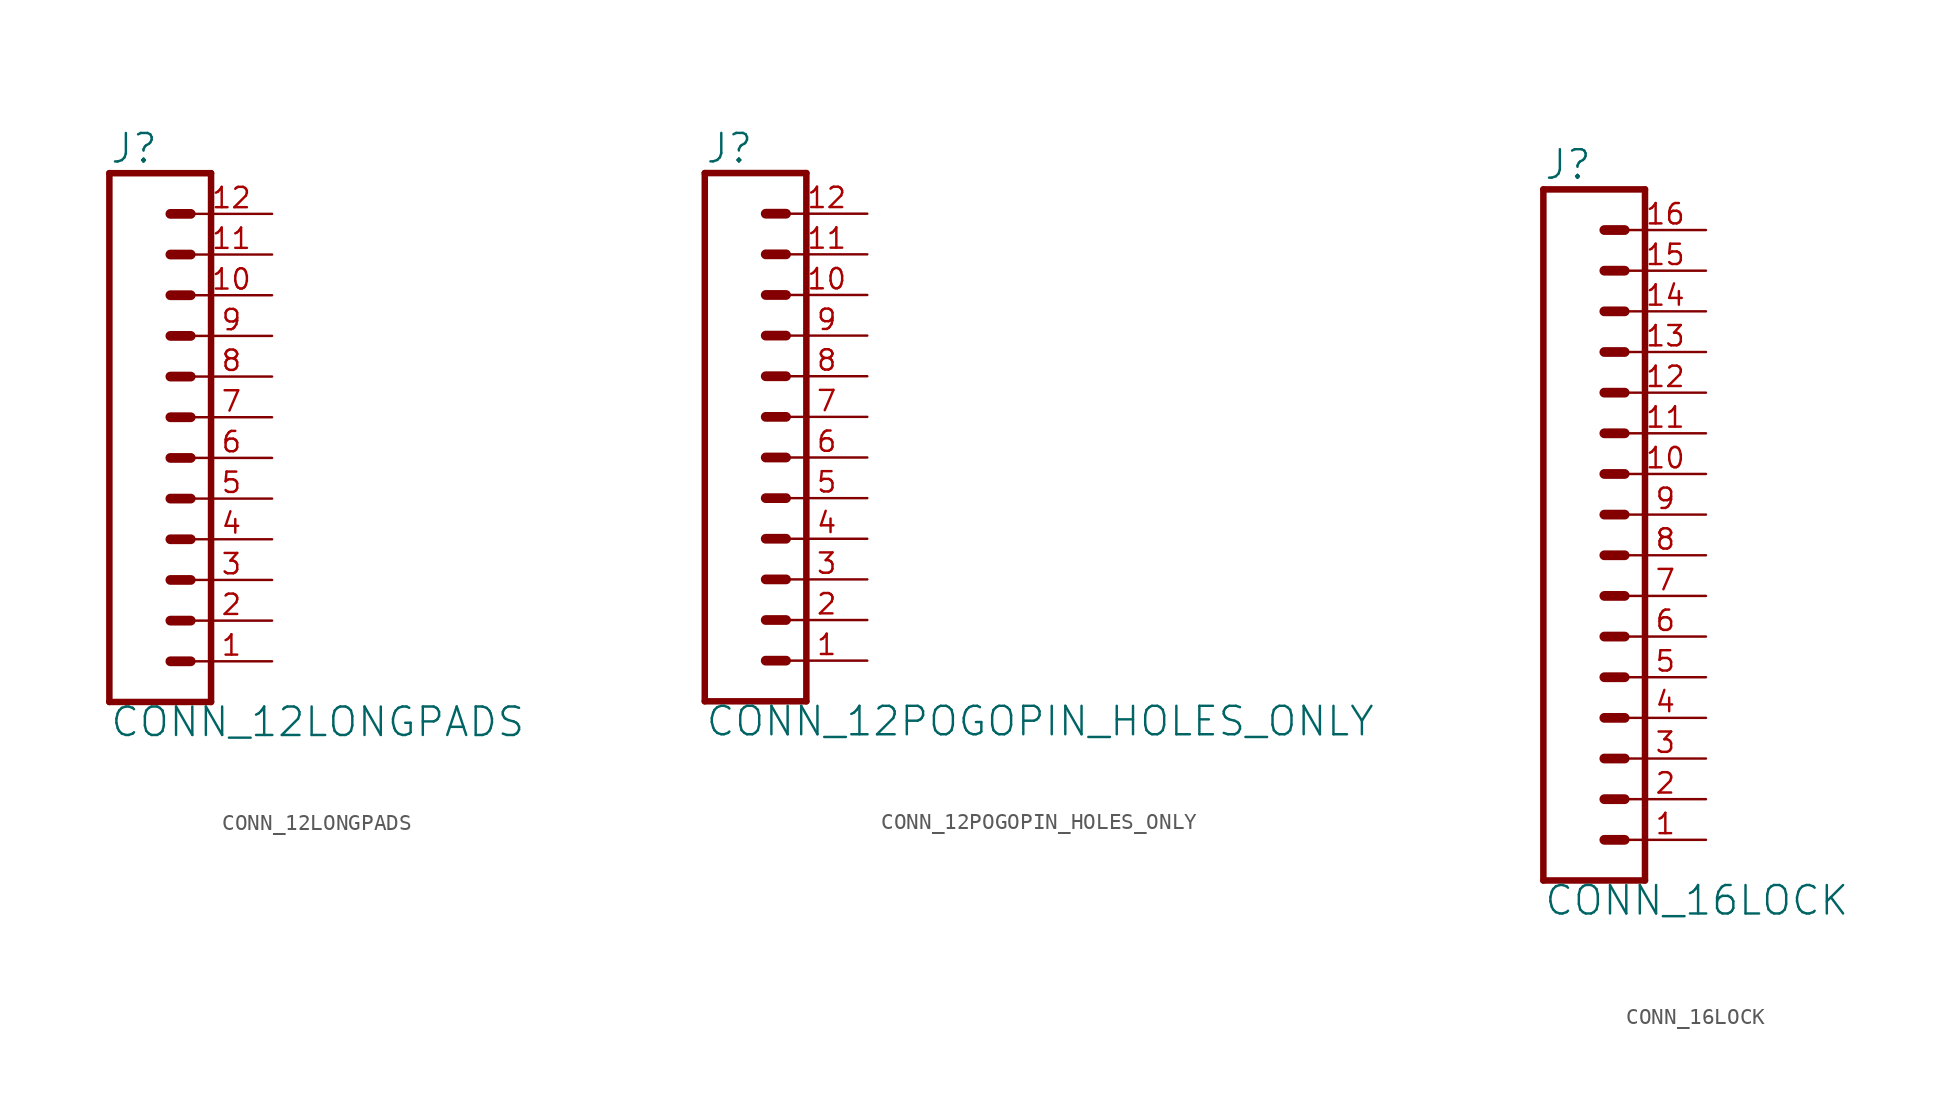
<source format=kicad_sym>
(kicad_symbol_lib
  (version 20220331)
  (generator kicad_symbol_editor)
  (symbol "CONN_12LONGPADS"
    (property "Reference" "J"
      (at 0 15.748 0)
      (effects (font (size 1.778 1.778)) (justify left bottom)))
    (property "Value" "CONN_12LONGPADS"
      (at 0 -20.066 0)
      (effects (font (size 1.778 1.778)) (justify left bottom)))
    (property "ki_locked" ""
      (at 0 0 0)
      (effects (font (size 1.27 1.27))))
    (symbol "CONN_12LONGPADS_1_0"
      (polyline (pts (xy 0 15.24) (xy 0 -17.78)) (stroke (width 0.406) (type solid)) (fill (type none)))
      (polyline (pts (xy 0 15.24) (xy 6.35 15.24)) (stroke (width 0.406) (type solid)) (fill (type none)))
      (polyline (pts (xy 3.81 -15.24) (xy 5.08 -15.24)) (stroke (width 0.61) (type solid)) (fill (type none)))
      (polyline (pts (xy 3.81 -12.7) (xy 5.08 -12.7)) (stroke (width 0.61) (type solid)) (fill (type none)))
      (polyline (pts (xy 3.81 -10.16) (xy 5.08 -10.16)) (stroke (width 0.61) (type solid)) (fill (type none)))
      (polyline (pts (xy 3.81 -7.62) (xy 5.08 -7.62)) (stroke (width 0.61) (type solid)) (fill (type none)))
      (polyline (pts (xy 3.81 -5.08) (xy 5.08 -5.08)) (stroke (width 0.61) (type solid)) (fill (type none)))
      (polyline (pts (xy 3.81 -2.54) (xy 5.08 -2.54)) (stroke (width 0.61) (type solid)) (fill (type none)))
      (polyline (pts (xy 3.81 0) (xy 5.08 0)) (stroke (width 0.61) (type solid)) (fill (type none)))
      (polyline (pts (xy 3.81 2.54) (xy 5.08 2.54)) (stroke (width 0.61) (type solid)) (fill (type none)))
      (polyline (pts (xy 3.81 5.08) (xy 5.08 5.08)) (stroke (width 0.61) (type solid)) (fill (type none)))
      (polyline (pts (xy 3.81 7.62) (xy 5.08 7.62)) (stroke (width 0.61) (type solid)) (fill (type none)))
      (polyline (pts (xy 3.81 10.16) (xy 5.08 10.16)) (stroke (width 0.61) (type solid)) (fill (type none)))
      (polyline (pts (xy 3.81 12.7) (xy 5.08 12.7)) (stroke (width 0.61) (type solid)) (fill (type none)))
      (polyline (pts (xy 6.35 -17.78) (xy 0 -17.78)) (stroke (width 0.406) (type solid)) (fill (type none)))
      (polyline (pts (xy 6.35 -17.78) (xy 6.35 15.24)) (stroke (width 0.406) (type solid)) (fill (type none)))
      (pin passive line (at 10.16 -15.24 180) (length 5.08) (name "1" (effects (font (size 0 0)))) (number "1" (effects (font (size 1.27 1.27)))))
      (pin passive line (at 10.16 7.62 180) (length 5.08) (name "10" (effects (font (size 0 0)))) (number "10" (effects (font (size 1.27 1.27)))))
      (pin passive line (at 10.16 10.16 180) (length 5.08) (name "11" (effects (font (size 0 0)))) (number "11" (effects (font (size 1.27 1.27)))))
      (pin passive line (at 10.16 12.7 180) (length 5.08) (name "12" (effects (font (size 0 0)))) (number "12" (effects (font (size 1.27 1.27)))))
      (pin passive line (at 10.16 -12.7 180) (length 5.08) (name "2" (effects (font (size 0 0)))) (number "2" (effects (font (size 1.27 1.27)))))
      (pin passive line (at 10.16 -10.16 180) (length 5.08) (name "3" (effects (font (size 0 0)))) (number "3" (effects (font (size 1.27 1.27)))))
      (pin passive line (at 10.16 -7.62 180) (length 5.08) (name "4" (effects (font (size 0 0)))) (number "4" (effects (font (size 1.27 1.27)))))
      (pin passive line (at 10.16 -5.08 180) (length 5.08) (name "5" (effects (font (size 0 0)))) (number "5" (effects (font (size 1.27 1.27)))))
      (pin passive line (at 10.16 -2.54 180) (length 5.08) (name "6" (effects (font (size 0 0)))) (number "6" (effects (font (size 1.27 1.27)))))
      (pin passive line (at 10.16 0 180) (length 5.08) (name "7" (effects (font (size 0 0)))) (number "7" (effects (font (size 1.27 1.27)))))
      (pin passive line (at 10.16 2.54 180) (length 5.08) (name "8" (effects (font (size 0 0)))) (number "8" (effects (font (size 1.27 1.27)))))
      (pin passive line (at 10.16 5.08 180) (length 5.08) (name "9" (effects (font (size 0 0)))) (number "9" (effects (font (size 1.27 1.27)))))))
  (symbol "CONN_12POGOPIN_HOLES_ONLY"
    (property "Reference" "J"
      (at 0 15.748 0)
      (effects (font (size 1.778 1.778)) (justify left bottom)))
    (property "Value" "CONN_12POGOPIN_HOLES_ONLY"
      (at 0 -20.066 0)
      (effects (font (size 1.778 1.778)) (justify left bottom)))
    (property "ki_locked" ""
      (at 0 0 0)
      (effects (font (size 1.27 1.27))))
    (symbol "CONN_12POGOPIN_HOLES_ONLY_1_0"
      (polyline (pts (xy 0 15.24) (xy 0 -17.78)) (stroke (width 0.406) (type solid)) (fill (type none)))
      (polyline (pts (xy 0 15.24) (xy 6.35 15.24)) (stroke (width 0.406) (type solid)) (fill (type none)))
      (polyline (pts (xy 3.81 -15.24) (xy 5.08 -15.24)) (stroke (width 0.61) (type solid)) (fill (type none)))
      (polyline (pts (xy 3.81 -12.7) (xy 5.08 -12.7)) (stroke (width 0.61) (type solid)) (fill (type none)))
      (polyline (pts (xy 3.81 -10.16) (xy 5.08 -10.16)) (stroke (width 0.61) (type solid)) (fill (type none)))
      (polyline (pts (xy 3.81 -7.62) (xy 5.08 -7.62)) (stroke (width 0.61) (type solid)) (fill (type none)))
      (polyline (pts (xy 3.81 -5.08) (xy 5.08 -5.08)) (stroke (width 0.61) (type solid)) (fill (type none)))
      (polyline (pts (xy 3.81 -2.54) (xy 5.08 -2.54)) (stroke (width 0.61) (type solid)) (fill (type none)))
      (polyline (pts (xy 3.81 0) (xy 5.08 0)) (stroke (width 0.61) (type solid)) (fill (type none)))
      (polyline (pts (xy 3.81 2.54) (xy 5.08 2.54)) (stroke (width 0.61) (type solid)) (fill (type none)))
      (polyline (pts (xy 3.81 5.08) (xy 5.08 5.08)) (stroke (width 0.61) (type solid)) (fill (type none)))
      (polyline (pts (xy 3.81 7.62) (xy 5.08 7.62)) (stroke (width 0.61) (type solid)) (fill (type none)))
      (polyline (pts (xy 3.81 10.16) (xy 5.08 10.16)) (stroke (width 0.61) (type solid)) (fill (type none)))
      (polyline (pts (xy 3.81 12.7) (xy 5.08 12.7)) (stroke (width 0.61) (type solid)) (fill (type none)))
      (polyline (pts (xy 6.35 -17.78) (xy 0 -17.78)) (stroke (width 0.406) (type solid)) (fill (type none)))
      (polyline (pts (xy 6.35 -17.78) (xy 6.35 15.24)) (stroke (width 0.406) (type solid)) (fill (type none)))
      (pin passive line (at 10.16 -15.24 180) (length 5.08) (name "1" (effects (font (size 0 0)))) (number "1" (effects (font (size 1.27 1.27)))))
      (pin passive line (at 10.16 7.62 180) (length 5.08) (name "10" (effects (font (size 0 0)))) (number "10" (effects (font (size 1.27 1.27)))))
      (pin passive line (at 10.16 10.16 180) (length 5.08) (name "11" (effects (font (size 0 0)))) (number "11" (effects (font (size 1.27 1.27)))))
      (pin passive line (at 10.16 12.7 180) (length 5.08) (name "12" (effects (font (size 0 0)))) (number "12" (effects (font (size 1.27 1.27)))))
      (pin passive line (at 10.16 -12.7 180) (length 5.08) (name "2" (effects (font (size 0 0)))) (number "2" (effects (font (size 1.27 1.27)))))
      (pin passive line (at 10.16 -10.16 180) (length 5.08) (name "3" (effects (font (size 0 0)))) (number "3" (effects (font (size 1.27 1.27)))))
      (pin passive line (at 10.16 -7.62 180) (length 5.08) (name "4" (effects (font (size 0 0)))) (number "4" (effects (font (size 1.27 1.27)))))
      (pin passive line (at 10.16 -5.08 180) (length 5.08) (name "5" (effects (font (size 0 0)))) (number "5" (effects (font (size 1.27 1.27)))))
      (pin passive line (at 10.16 -2.54 180) (length 5.08) (name "6" (effects (font (size 0 0)))) (number "6" (effects (font (size 1.27 1.27)))))
      (pin passive line (at 10.16 0 180) (length 5.08) (name "7" (effects (font (size 0 0)))) (number "7" (effects (font (size 1.27 1.27)))))
      (pin passive line (at 10.16 2.54 180) (length 5.08) (name "8" (effects (font (size 0 0)))) (number "8" (effects (font (size 1.27 1.27)))))
      (pin passive line (at 10.16 5.08 180) (length 5.08) (name "9" (effects (font (size 0 0)))) (number "9" (effects (font (size 1.27 1.27)))))))
  (symbol "CONN_16LOCK"
    (property "Reference" "J"
      (at 0 20.828 0)
      (effects (font (size 1.778 1.778)) (justify left bottom)))
    (property "Value" "CONN_16LOCK"
      (at 0 -25.146 0)
      (effects (font (size 1.778 1.778)) (justify left bottom)))
    (property "ki_locked" ""
      (at 0 0 0)
      (effects (font (size 1.27 1.27))))
    (symbol "CONN_16LOCK_1_0"
      (polyline (pts (xy 0 20.32) (xy 0 -22.86)) (stroke (width 0.406) (type solid)) (fill (type none)))
      (polyline (pts (xy 0 20.32) (xy 6.35 20.32)) (stroke (width 0.406) (type solid)) (fill (type none)))
      (polyline (pts (xy 3.81 -20.32) (xy 5.08 -20.32)) (stroke (width 0.61) (type solid)) (fill (type none)))
      (polyline (pts (xy 3.81 -17.78) (xy 5.08 -17.78)) (stroke (width 0.61) (type solid)) (fill (type none)))
      (polyline (pts (xy 3.81 -15.24) (xy 5.08 -15.24)) (stroke (width 0.61) (type solid)) (fill (type none)))
      (polyline (pts (xy 3.81 -12.7) (xy 5.08 -12.7)) (stroke (width 0.61) (type solid)) (fill (type none)))
      (polyline (pts (xy 3.81 -10.16) (xy 5.08 -10.16)) (stroke (width 0.61) (type solid)) (fill (type none)))
      (polyline (pts (xy 3.81 -7.62) (xy 5.08 -7.62)) (stroke (width 0.61) (type solid)) (fill (type none)))
      (polyline (pts (xy 3.81 -5.08) (xy 5.08 -5.08)) (stroke (width 0.61) (type solid)) (fill (type none)))
      (polyline (pts (xy 3.81 -2.54) (xy 5.08 -2.54)) (stroke (width 0.61) (type solid)) (fill (type none)))
      (polyline (pts (xy 3.81 0) (xy 5.08 0)) (stroke (width 0.61) (type solid)) (fill (type none)))
      (polyline (pts (xy 3.81 2.54) (xy 5.08 2.54)) (stroke (width 0.61) (type solid)) (fill (type none)))
      (polyline (pts (xy 3.81 5.08) (xy 5.08 5.08)) (stroke (width 0.61) (type solid)) (fill (type none)))
      (polyline (pts (xy 3.81 7.62) (xy 5.08 7.62)) (stroke (width 0.61) (type solid)) (fill (type none)))
      (polyline (pts (xy 3.81 10.16) (xy 5.08 10.16)) (stroke (width 0.61) (type solid)) (fill (type none)))
      (polyline (pts (xy 3.81 12.7) (xy 5.08 12.7)) (stroke (width 0.61) (type solid)) (fill (type none)))
      (polyline (pts (xy 3.81 15.24) (xy 5.08 15.24)) (stroke (width 0.61) (type solid)) (fill (type none)))
      (polyline (pts (xy 3.81 17.78) (xy 5.08 17.78)) (stroke (width 0.61) (type solid)) (fill (type none)))
      (polyline (pts (xy 6.35 -22.86) (xy 0 -22.86)) (stroke (width 0.406) (type solid)) (fill (type none)))
      (polyline (pts (xy 6.35 -22.86) (xy 6.35 20.32)) (stroke (width 0.406) (type solid)) (fill (type none)))
      (pin passive line (at 10.16 -20.32 180) (length 5.08) (name "1" (effects (font (size 0 0)))) (number "1" (effects (font (size 1.27 1.27)))))
      (pin passive line (at 10.16 2.54 180) (length 5.08) (name "10" (effects (font (size 0 0)))) (number "10" (effects (font (size 1.27 1.27)))))
      (pin passive line (at 10.16 5.08 180) (length 5.08) (name "11" (effects (font (size 0 0)))) (number "11" (effects (font (size 1.27 1.27)))))
      (pin passive line (at 10.16 7.62 180) (length 5.08) (name "12" (effects (font (size 0 0)))) (number "12" (effects (font (size 1.27 1.27)))))
      (pin passive line (at 10.16 10.16 180) (length 5.08) (name "13" (effects (font (size 0 0)))) (number "13" (effects (font (size 1.27 1.27)))))
      (pin passive line (at 10.16 12.7 180) (length 5.08) (name "14" (effects (font (size 0 0)))) (number "14" (effects (font (size 1.27 1.27)))))
      (pin passive line (at 10.16 15.24 180) (length 5.08) (name "15" (effects (font (size 0 0)))) (number "15" (effects (font (size 1.27 1.27)))))
      (pin passive line (at 10.16 17.78 180) (length 5.08) (name "16" (effects (font (size 0 0)))) (number "16" (effects (font (size 1.27 1.27)))))
      (pin passive line (at 10.16 -17.78 180) (length 5.08) (name "2" (effects (font (size 0 0)))) (number "2" (effects (font (size 1.27 1.27)))))
      (pin passive line (at 10.16 -15.24 180) (length 5.08) (name "3" (effects (font (size 0 0)))) (number "3" (effects (font (size 1.27 1.27)))))
      (pin passive line (at 10.16 -12.7 180) (length 5.08) (name "4" (effects (font (size 0 0)))) (number "4" (effects (font (size 1.27 1.27)))))
      (pin passive line (at 10.16 -10.16 180) (length 5.08) (name "5" (effects (font (size 0 0)))) (number "5" (effects (font (size 1.27 1.27)))))
      (pin passive line (at 10.16 -7.62 180) (length 5.08) (name "6" (effects (font (size 0 0)))) (number "6" (effects (font (size 1.27 1.27)))))
      (pin passive line (at 10.16 -5.08 180) (length 5.08) (name "7" (effects (font (size 0 0)))) (number "7" (effects (font (size 1.27 1.27)))))
      (pin passive line (at 10.16 -2.54 180) (length 5.08) (name "8" (effects (font (size 0 0)))) (number "8" (effects (font (size 1.27 1.27)))))
      (pin passive line (at 10.16 0 180) (length 5.08) (name "9" (effects (font (size 0 0)))) (number "9" (effects (font (size 1.27 1.27))))))))
</source>
